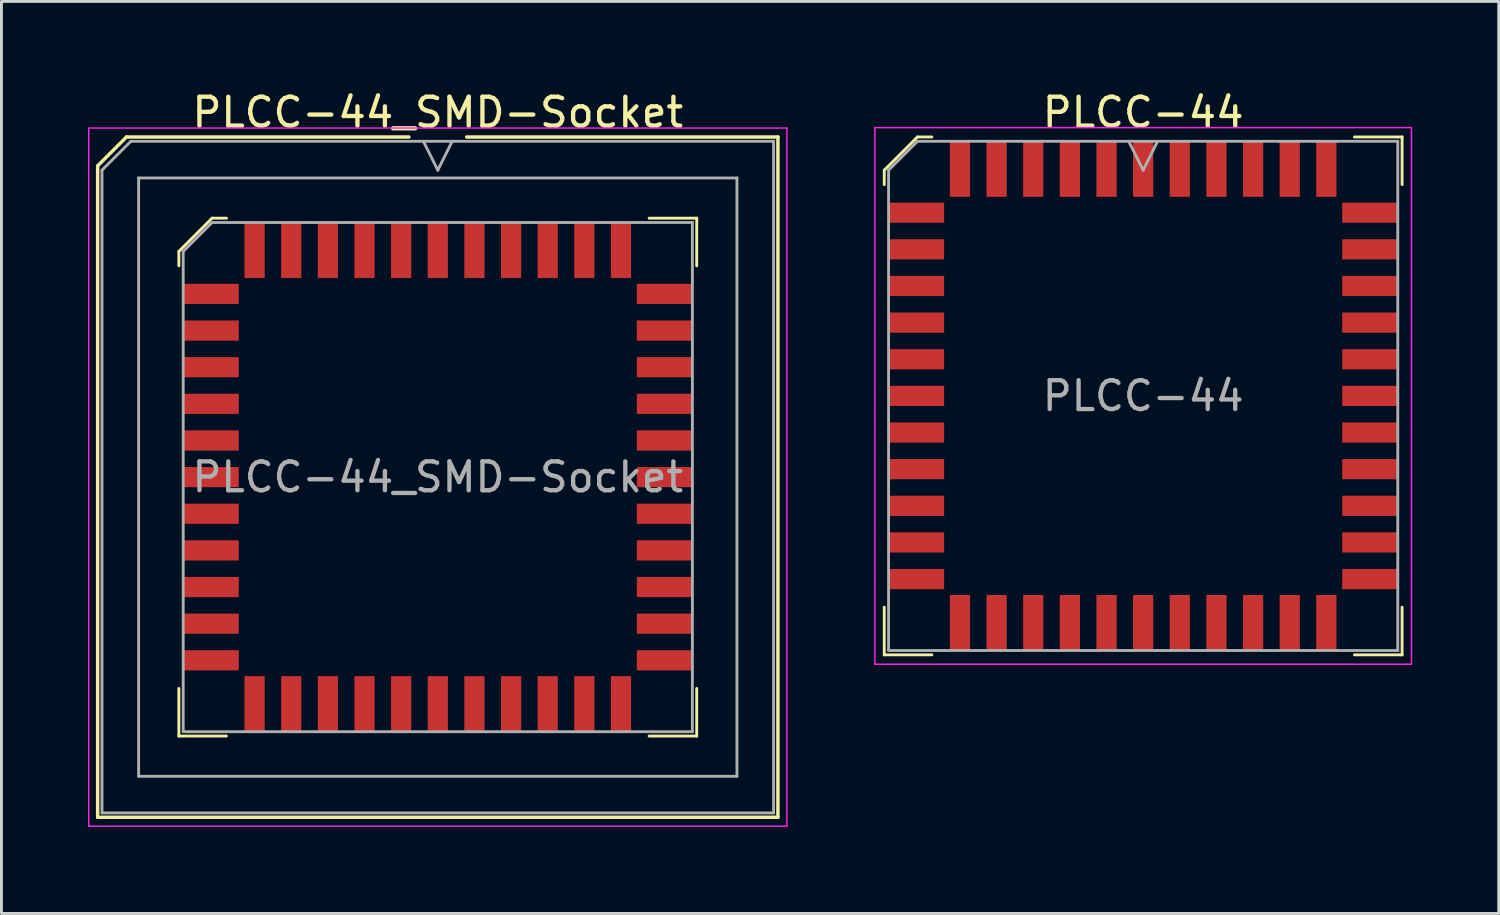
<source format=kicad_pcb>
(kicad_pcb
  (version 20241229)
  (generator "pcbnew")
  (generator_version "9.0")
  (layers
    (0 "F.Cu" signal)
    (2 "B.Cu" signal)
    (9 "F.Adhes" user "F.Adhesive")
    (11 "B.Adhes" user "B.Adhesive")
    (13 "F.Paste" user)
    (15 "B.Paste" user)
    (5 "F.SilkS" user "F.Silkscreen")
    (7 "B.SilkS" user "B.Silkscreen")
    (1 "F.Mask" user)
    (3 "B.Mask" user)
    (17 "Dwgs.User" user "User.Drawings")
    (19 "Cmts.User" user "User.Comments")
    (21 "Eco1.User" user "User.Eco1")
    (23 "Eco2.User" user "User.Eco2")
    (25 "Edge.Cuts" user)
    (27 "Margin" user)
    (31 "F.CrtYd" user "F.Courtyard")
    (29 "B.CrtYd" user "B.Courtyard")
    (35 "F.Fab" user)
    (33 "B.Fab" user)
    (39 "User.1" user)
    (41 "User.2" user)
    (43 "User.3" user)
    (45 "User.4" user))
  (footprint "PLCC-44"
    (layer "F.Cu")
    (at 36.575 10.673)
    (property "Reference" "PLCC-44" (at 0 -9.825 0) (layer "F.SilkS") (effects (font (size 1 1) (thickness 0.15))))
    (attr smd)
    (fp_line (start -8.975 -7.825) (end -8.975 -7.325) (stroke (width 0.1) (type solid)) (layer "F.SilkS"))
    (fp_line (start -8.975 8.975) (end -8.975 7.325) (stroke (width 0.1) (type solid)) (layer "F.SilkS"))
    (fp_line (start -7.825 -8.975) (end -8.975 -7.825) (stroke (width 0.1) (type solid)) (layer "F.SilkS"))
    (fp_line (start -7.325 -8.975) (end -7.825 -8.975) (stroke (width 0.1) (type solid)) (layer "F.SilkS"))
    (fp_line (start -7.325 8.975) (end -8.975 8.975) (stroke (width 0.1) (type solid)) (layer "F.SilkS"))
    (fp_line (start 7.325 -8.975) (end 8.975 -8.975) (stroke (width 0.1) (type solid)) (layer "F.SilkS"))
    (fp_line (start 7.325 8.975) (end 8.975 8.975) (stroke (width 0.1) (type solid)) (layer "F.SilkS"))
    (fp_line (start 8.975 -8.975) (end 8.975 -7.325) (stroke (width 0.1) (type solid)) (layer "F.SilkS"))
    (fp_line (start 8.975 8.975) (end 8.975 7.325) (stroke (width 0.1) (type solid)) (layer "F.SilkS"))
    (fp_line (start -9.3 -9.3) (end -9.3 9.3) (stroke (width 0.05) (type solid)) (layer "F.CrtYd"))
    (fp_line (start -9.3 9.3) (end 9.3 9.3) (stroke (width 0.05) (type solid)) (layer "F.CrtYd"))
    (fp_line (start 9.3 -9.3) (end -9.3 -9.3) (stroke (width 0.05) (type solid)) (layer "F.CrtYd"))
    (fp_line (start 9.3 9.3) (end 9.3 -9.3) (stroke (width 0.05) (type solid)) (layer "F.CrtYd"))
    (fp_line (start -8.825 -7.825) (end -8.825 8.825) (stroke (width 0.1) (type solid)) (layer "F.Fab"))
    (fp_line (start -8.825 8.825) (end 8.825 8.825) (stroke (width 0.1) (type solid)) (layer "F.Fab"))
    (fp_line (start -7.825 -8.825) (end -8.825 -7.825) (stroke (width 0.1) (type solid)) (layer "F.Fab"))
    (fp_line (start -0.5 -8.825) (end 0 -7.825) (stroke (width 0.1) (type solid)) (layer "F.Fab"))
    (fp_line (start 0 -7.825) (end 0.5 -8.825) (stroke (width 0.1) (type solid)) (layer "F.Fab"))
    (fp_line (start 8.825 -8.825) (end -7.825 -8.825) (stroke (width 0.1) (type solid)) (layer "F.Fab"))
    (fp_line (start 8.825 8.825) (end 8.825 -8.825) (stroke (width 0.1) (type solid)) (layer "F.Fab"))
    (fp_text user "${REFERENCE}" (at 0 0 0) (layer "F.Fab") (effects (font (size 1 1) (thickness 0.15))))
    (pad "1" smd rect (at 0 -7.862) (size 0.7 1.925) (layers "F.Cu" "F.Mask" "F.Paste"))
    (pad "2" smd rect (at -1.27 -7.862) (size 0.7 1.925) (layers "F.Cu" "F.Mask" "F.Paste"))
    (pad "3" smd rect (at -2.54 -7.862) (size 0.7 1.925) (layers "F.Cu" "F.Mask" "F.Paste"))
    (pad "4" smd rect (at -3.81 -7.862) (size 0.7 1.925) (layers "F.Cu" "F.Mask" "F.Paste"))
    (pad "5" smd rect (at -5.08 -7.862) (size 0.7 1.925) (layers "F.Cu" "F.Mask" "F.Paste"))
    (pad "6" smd rect (at -6.35 -7.862) (size 0.7 1.925) (layers "F.Cu" "F.Mask" "F.Paste"))
    (pad "7" smd rect (at -7.862 -6.35) (size 1.925 0.7) (layers "F.Cu" "F.Mask" "F.Paste"))
    (pad "8" smd rect (at -7.862 -5.08) (size 1.925 0.7) (layers "F.Cu" "F.Mask" "F.Paste"))
    (pad "9" smd rect (at -7.862 -3.81) (size 1.925 0.7) (layers "F.Cu" "F.Mask" "F.Paste"))
    (pad "10" smd rect (at -7.862 -2.54) (size 1.925 0.7) (layers "F.Cu" "F.Mask" "F.Paste"))
    (pad "11" smd rect (at -7.862 -1.27) (size 1.925 0.7) (layers "F.Cu" "F.Mask" "F.Paste"))
    (pad "12" smd rect (at -7.862 0) (size 1.925 0.7) (layers "F.Cu" "F.Mask" "F.Paste"))
    (pad "13" smd rect (at -7.862 1.27) (size 1.925 0.7) (layers "F.Cu" "F.Mask" "F.Paste"))
    (pad "14" smd rect (at -7.862 2.54) (size 1.925 0.7) (layers "F.Cu" "F.Mask" "F.Paste"))
    (pad "15" smd rect (at -7.862 3.81) (size 1.925 0.7) (layers "F.Cu" "F.Mask" "F.Paste"))
    (pad "16" smd rect (at -7.862 5.08) (size 1.925 0.7) (layers "F.Cu" "F.Mask" "F.Paste"))
    (pad "17" smd rect (at -7.862 6.35) (size 1.925 0.7) (layers "F.Cu" "F.Mask" "F.Paste"))
    (pad "18" smd rect (at -6.35 7.862) (size 0.7 1.925) (layers "F.Cu" "F.Mask" "F.Paste"))
    (pad "19" smd rect (at -5.08 7.862) (size 0.7 1.925) (layers "F.Cu" "F.Mask" "F.Paste"))
    (pad "20" smd rect (at -3.81 7.862) (size 0.7 1.925) (layers "F.Cu" "F.Mask" "F.Paste"))
    (pad "21" smd rect (at -2.54 7.862) (size 0.7 1.925) (layers "F.Cu" "F.Mask" "F.Paste"))
    (pad "22" smd rect (at -1.27 7.862) (size 0.7 1.925) (layers "F.Cu" "F.Mask" "F.Paste"))
    (pad "23" smd rect (at 0 7.862) (size 0.7 1.925) (layers "F.Cu" "F.Mask" "F.Paste"))
    (pad "24" smd rect (at 1.27 7.862) (size 0.7 1.925) (layers "F.Cu" "F.Mask" "F.Paste"))
    (pad "25" smd rect (at 2.54 7.862) (size 0.7 1.925) (layers "F.Cu" "F.Mask" "F.Paste"))
    (pad "26" smd rect (at 3.81 7.862) (size 0.7 1.925) (layers "F.Cu" "F.Mask" "F.Paste"))
    (pad "27" smd rect (at 5.08 7.862) (size 0.7 1.925) (layers "F.Cu" "F.Mask" "F.Paste"))
    (pad "28" smd rect (at 6.35 7.862) (size 0.7 1.925) (layers "F.Cu" "F.Mask" "F.Paste"))
    (pad "29" smd rect (at 7.862 6.35) (size 1.925 0.7) (layers "F.Cu" "F.Mask" "F.Paste"))
    (pad "30" smd rect (at 7.862 5.08) (size 1.925 0.7) (layers "F.Cu" "F.Mask" "F.Paste"))
    (pad "31" smd rect (at 7.862 3.81) (size 1.925 0.7) (layers "F.Cu" "F.Mask" "F.Paste"))
    (pad "32" smd rect (at 7.862 2.54) (size 1.925 0.7) (layers "F.Cu" "F.Mask" "F.Paste"))
    (pad "33" smd rect (at 7.862 1.27) (size 1.925 0.7) (layers "F.Cu" "F.Mask" "F.Paste"))
    (pad "34" smd rect (at 7.862 0) (size 1.925 0.7) (layers "F.Cu" "F.Mask" "F.Paste"))
    (pad "35" smd rect (at 7.862 -1.27) (size 1.925 0.7) (layers "F.Cu" "F.Mask" "F.Paste"))
    (pad "36" smd rect (at 7.862 -2.54) (size 1.925 0.7) (layers "F.Cu" "F.Mask" "F.Paste"))
    (pad "37" smd rect (at 7.862 -3.81) (size 1.925 0.7) (layers "F.Cu" "F.Mask" "F.Paste"))
    (pad "38" smd rect (at 7.862 -5.08) (size 1.925 0.7) (layers "F.Cu" "F.Mask" "F.Paste"))
    (pad "39" smd rect (at 7.862 -6.35) (size 1.925 0.7) (layers "F.Cu" "F.Mask" "F.Paste"))
    (pad "40" smd rect (at 6.35 -7.862) (size 0.7 1.925) (layers "F.Cu" "F.Mask" "F.Paste"))
    (pad "41" smd rect (at 5.08 -7.862) (size 0.7 1.925) (layers "F.Cu" "F.Mask" "F.Paste"))
    (pad "42" smd rect (at 3.81 -7.862) (size 0.7 1.925) (layers "F.Cu" "F.Mask" "F.Paste"))
    (pad "43" smd rect (at 2.54 -7.862) (size 0.7 1.925) (layers "F.Cu" "F.Mask" "F.Paste"))
    (pad "44" smd rect (at 1.27 -7.862) (size 0.7 1.925) (layers "F.Cu" "F.Mask" "F.Paste")))
  (footprint "PLCC-44_SMD-Socket"
    (layer "F.Cu")
    (at 12.125 13.488)
    (property "Reference" "PLCC-44_SMD-Socket" (at 0 -12.64 0) (layer "F.SilkS") (effects (font (size 1 1) (thickness 0.15))))
    (attr smd)
    (fp_line (start -11.79 -10.79) (end -11.79 11.79) (stroke (width 0.12) (type solid)) (layer "F.SilkS"))
    (fp_line (start -11.79 11.79) (end 11.79 11.79) (stroke (width 0.12) (type solid)) (layer "F.SilkS"))
    (fp_line (start -10.79 -11.79) (end -11.79 -10.79) (stroke (width 0.12) (type solid)) (layer "F.SilkS"))
    (fp_line (start -8.975 -7.825) (end -8.975 -7.325) (stroke (width 0.1) (type solid)) (layer "F.SilkS"))
    (fp_line (start -8.975 8.975) (end -8.975 7.325) (stroke (width 0.1) (type solid)) (layer "F.SilkS"))
    (fp_line (start -7.825 -8.975) (end -8.975 -7.825) (stroke (width 0.1) (type solid)) (layer "F.SilkS"))
    (fp_line (start -7.325 -8.975) (end -7.825 -8.975) (stroke (width 0.1) (type solid)) (layer "F.SilkS"))
    (fp_line (start -7.325 8.975) (end -8.975 8.975) (stroke (width 0.1) (type solid)) (layer "F.SilkS"))
    (fp_line (start -1 -11.79) (end -10.79 -11.79) (stroke (width 0.12) (type solid)) (layer "F.SilkS"))
    (fp_line (start 7.325 -8.975) (end 8.975 -8.975) (stroke (width 0.1) (type solid)) (layer "F.SilkS"))
    (fp_line (start 7.325 8.975) (end 8.975 8.975) (stroke (width 0.1) (type solid)) (layer "F.SilkS"))
    (fp_line (start 8.975 -8.975) (end 8.975 -7.325) (stroke (width 0.1) (type solid)) (layer "F.SilkS"))
    (fp_line (start 8.975 8.975) (end 8.975 7.325) (stroke (width 0.1) (type solid)) (layer "F.SilkS"))
    (fp_line (start 11.79 -11.79) (end 1 -11.79) (stroke (width 0.12) (type solid)) (layer "F.SilkS"))
    (fp_line (start 11.79 11.79) (end 11.79 -11.79) (stroke (width 0.12) (type solid)) (layer "F.SilkS"))
    (fp_line (start -12.1 -12.1) (end -12.1 12.1) (stroke (width 0.05) (type solid)) (layer "F.CrtYd"))
    (fp_line (start -12.1 12.1) (end 12.1 12.1) (stroke (width 0.05) (type solid)) (layer "F.CrtYd"))
    (fp_line (start 12.1 -12.1) (end -12.1 -12.1) (stroke (width 0.05) (type solid)) (layer "F.CrtYd"))
    (fp_line (start 12.1 12.1) (end 12.1 -12.1) (stroke (width 0.05) (type solid)) (layer "F.CrtYd"))
    (fp_line (start -11.64 -10.64) (end -11.64 11.64) (stroke (width 0.1) (type solid)) (layer "F.Fab"))
    (fp_line (start -11.64 11.64) (end 11.64 11.64) (stroke (width 0.1) (type solid)) (layer "F.Fab"))
    (fp_line (start -10.64 -11.64) (end -11.64 -10.64) (stroke (width 0.1) (type solid)) (layer "F.Fab"))
    (fp_line (start -10.37 -10.37) (end -10.37 10.37) (stroke (width 0.1) (type solid)) (layer "F.Fab"))
    (fp_line (start -10.37 10.37) (end 10.37 10.37) (stroke (width 0.1) (type solid)) (layer "F.Fab"))
    (fp_line (start -8.825 -7.825) (end -8.825 8.825) (stroke (width 0.1) (type solid)) (layer "F.Fab"))
    (fp_line (start -8.825 8.825) (end 8.825 8.825) (stroke (width 0.1) (type solid)) (layer "F.Fab"))
    (fp_line (start -7.825 -8.825) (end -8.825 -7.825) (stroke (width 0.1) (type solid)) (layer "F.Fab"))
    (fp_line (start -0.5 -11.64) (end 0 -10.64) (stroke (width 0.1) (type solid)) (layer "F.Fab"))
    (fp_line (start 0 -10.64) (end 0.5 -11.64) (stroke (width 0.1) (type solid)) (layer "F.Fab"))
    (fp_line (start 8.825 -8.825) (end -7.825 -8.825) (stroke (width 0.1) (type solid)) (layer "F.Fab"))
    (fp_line (start 8.825 8.825) (end 8.825 -8.825) (stroke (width 0.1) (type solid)) (layer "F.Fab"))
    (fp_line (start 10.37 -10.37) (end -10.37 -10.37) (stroke (width 0.1) (type solid)) (layer "F.Fab"))
    (fp_line (start 10.37 10.37) (end 10.37 -10.37) (stroke (width 0.1) (type solid)) (layer "F.Fab"))
    (fp_line (start 11.64 -11.64) (end -10.64 -11.64) (stroke (width 0.1) (type solid)) (layer "F.Fab"))
    (fp_line (start 11.64 11.64) (end 11.64 -11.64) (stroke (width 0.1) (type solid)) (layer "F.Fab"))
    (fp_text user "${REFERENCE}" (at 0 0 0) (layer "F.Fab") (effects (font (size 1 1) (thickness 0.15))))
    (pad "1" smd rect (at 0 -7.862) (size 0.7 1.925) (layers "F.Cu" "F.Mask" "F.Paste"))
    (pad "2" smd rect (at -1.27 -7.862) (size 0.7 1.925) (layers "F.Cu" "F.Mask" "F.Paste"))
    (pad "3" smd rect (at -2.54 -7.862) (size 0.7 1.925) (layers "F.Cu" "F.Mask" "F.Paste"))
    (pad "4" smd rect (at -3.81 -7.862) (size 0.7 1.925) (layers "F.Cu" "F.Mask" "F.Paste"))
    (pad "5" smd rect (at -5.08 -7.862) (size 0.7 1.925) (layers "F.Cu" "F.Mask" "F.Paste"))
    (pad "6" smd rect (at -6.35 -7.862) (size 0.7 1.925) (layers "F.Cu" "F.Mask" "F.Paste"))
    (pad "7" smd rect (at -7.862 -6.35) (size 1.925 0.7) (layers "F.Cu" "F.Mask" "F.Paste"))
    (pad "8" smd rect (at -7.862 -5.08) (size 1.925 0.7) (layers "F.Cu" "F.Mask" "F.Paste"))
    (pad "9" smd rect (at -7.862 -3.81) (size 1.925 0.7) (layers "F.Cu" "F.Mask" "F.Paste"))
    (pad "10" smd rect (at -7.862 -2.54) (size 1.925 0.7) (layers "F.Cu" "F.Mask" "F.Paste"))
    (pad "11" smd rect (at -7.862 -1.27) (size 1.925 0.7) (layers "F.Cu" "F.Mask" "F.Paste"))
    (pad "12" smd rect (at -7.862 0) (size 1.925 0.7) (layers "F.Cu" "F.Mask" "F.Paste"))
    (pad "13" smd rect (at -7.862 1.27) (size 1.925 0.7) (layers "F.Cu" "F.Mask" "F.Paste"))
    (pad "14" smd rect (at -7.862 2.54) (size 1.925 0.7) (layers "F.Cu" "F.Mask" "F.Paste"))
    (pad "15" smd rect (at -7.862 3.81) (size 1.925 0.7) (layers "F.Cu" "F.Mask" "F.Paste"))
    (pad "16" smd rect (at -7.862 5.08) (size 1.925 0.7) (layers "F.Cu" "F.Mask" "F.Paste"))
    (pad "17" smd rect (at -7.862 6.35) (size 1.925 0.7) (layers "F.Cu" "F.Mask" "F.Paste"))
    (pad "18" smd rect (at -6.35 7.862) (size 0.7 1.925) (layers "F.Cu" "F.Mask" "F.Paste"))
    (pad "19" smd rect (at -5.08 7.862) (size 0.7 1.925) (layers "F.Cu" "F.Mask" "F.Paste"))
    (pad "20" smd rect (at -3.81 7.862) (size 0.7 1.925) (layers "F.Cu" "F.Mask" "F.Paste"))
    (pad "21" smd rect (at -2.54 7.862) (size 0.7 1.925) (layers "F.Cu" "F.Mask" "F.Paste"))
    (pad "22" smd rect (at -1.27 7.862) (size 0.7 1.925) (layers "F.Cu" "F.Mask" "F.Paste"))
    (pad "23" smd rect (at 0 7.862) (size 0.7 1.925) (layers "F.Cu" "F.Mask" "F.Paste"))
    (pad "24" smd rect (at 1.27 7.862) (size 0.7 1.925) (layers "F.Cu" "F.Mask" "F.Paste"))
    (pad "25" smd rect (at 2.54 7.862) (size 0.7 1.925) (layers "F.Cu" "F.Mask" "F.Paste"))
    (pad "26" smd rect (at 3.81 7.862) (size 0.7 1.925) (layers "F.Cu" "F.Mask" "F.Paste"))
    (pad "27" smd rect (at 5.08 7.862) (size 0.7 1.925) (layers "F.Cu" "F.Mask" "F.Paste"))
    (pad "28" smd rect (at 6.35 7.862) (size 0.7 1.925) (layers "F.Cu" "F.Mask" "F.Paste"))
    (pad "29" smd rect (at 7.862 6.35) (size 1.925 0.7) (layers "F.Cu" "F.Mask" "F.Paste"))
    (pad "30" smd rect (at 7.862 5.08) (size 1.925 0.7) (layers "F.Cu" "F.Mask" "F.Paste"))
    (pad "31" smd rect (at 7.862 3.81) (size 1.925 0.7) (layers "F.Cu" "F.Mask" "F.Paste"))
    (pad "32" smd rect (at 7.862 2.54) (size 1.925 0.7) (layers "F.Cu" "F.Mask" "F.Paste"))
    (pad "33" smd rect (at 7.862 1.27) (size 1.925 0.7) (layers "F.Cu" "F.Mask" "F.Paste"))
    (pad "34" smd rect (at 7.862 0) (size 1.925 0.7) (layers "F.Cu" "F.Mask" "F.Paste"))
    (pad "35" smd rect (at 7.862 -1.27) (size 1.925 0.7) (layers "F.Cu" "F.Mask" "F.Paste"))
    (pad "36" smd rect (at 7.862 -2.54) (size 1.925 0.7) (layers "F.Cu" "F.Mask" "F.Paste"))
    (pad "37" smd rect (at 7.862 -3.81) (size 1.925 0.7) (layers "F.Cu" "F.Mask" "F.Paste"))
    (pad "38" smd rect (at 7.862 -5.08) (size 1.925 0.7) (layers "F.Cu" "F.Mask" "F.Paste"))
    (pad "39" smd rect (at 7.862 -6.35) (size 1.925 0.7) (layers "F.Cu" "F.Mask" "F.Paste"))
    (pad "40" smd rect (at 6.35 -7.862) (size 0.7 1.925) (layers "F.Cu" "F.Mask" "F.Paste"))
    (pad "41" smd rect (at 5.08 -7.862) (size 0.7 1.925) (layers "F.Cu" "F.Mask" "F.Paste"))
    (pad "42" smd rect (at 3.81 -7.862) (size 0.7 1.925) (layers "F.Cu" "F.Mask" "F.Paste"))
    (pad "43" smd rect (at 2.54 -7.862) (size 0.7 1.925) (layers "F.Cu" "F.Mask" "F.Paste"))
    (pad "44" smd rect (at 1.27 -7.862) (size 0.7 1.925) (layers "F.Cu" "F.Mask" "F.Paste")))
  (gr_rect
    (start -3 -3)
    (end 48.9 28.613)
    (stroke (width 0.1) (type default))
    (fill no)
    (layer "Edge.Cuts")))
</source>
